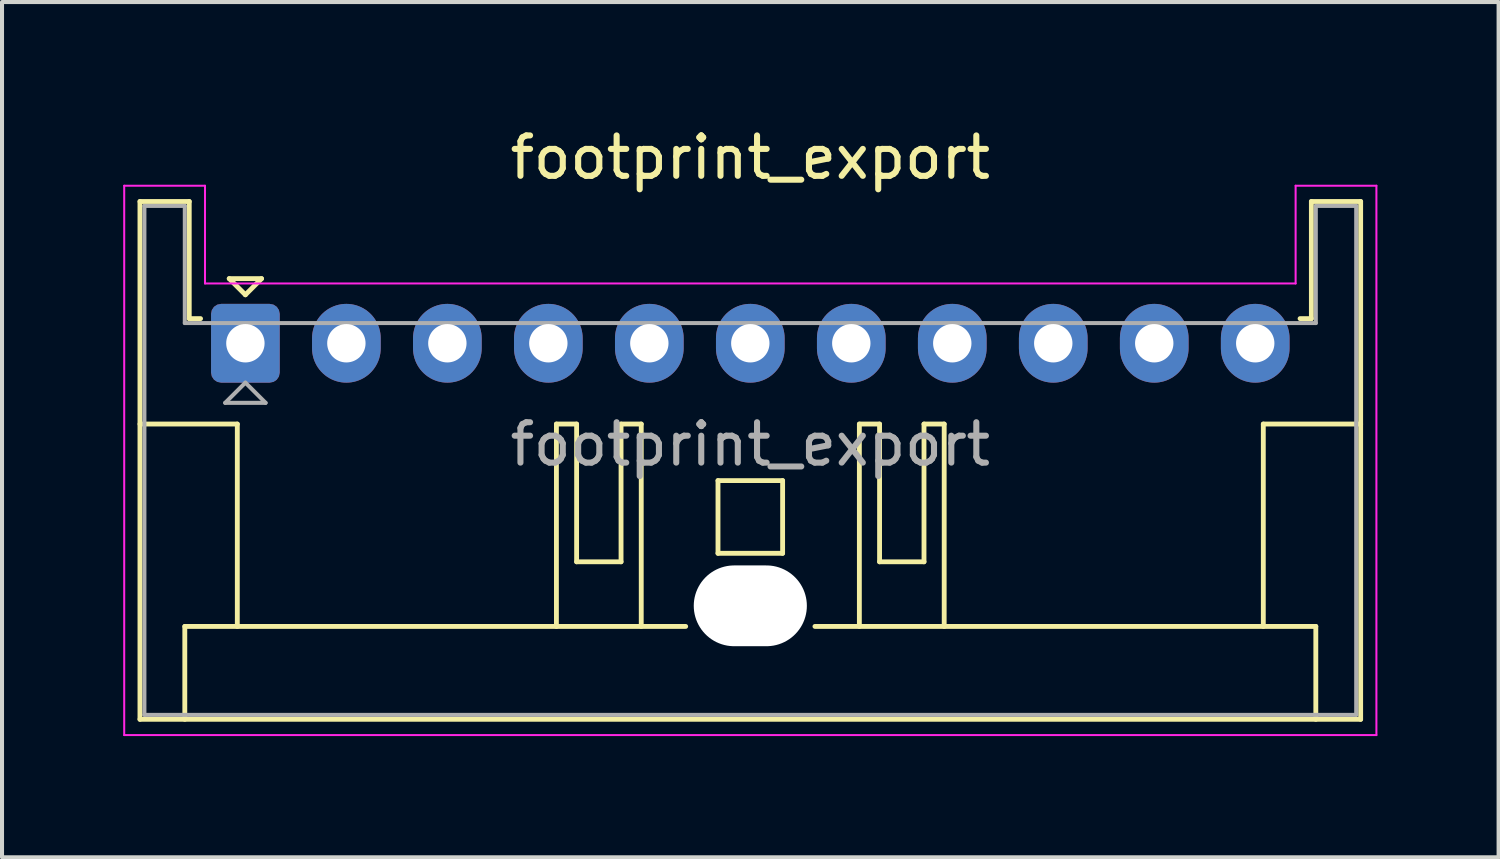
<source format=kicad_pcb>
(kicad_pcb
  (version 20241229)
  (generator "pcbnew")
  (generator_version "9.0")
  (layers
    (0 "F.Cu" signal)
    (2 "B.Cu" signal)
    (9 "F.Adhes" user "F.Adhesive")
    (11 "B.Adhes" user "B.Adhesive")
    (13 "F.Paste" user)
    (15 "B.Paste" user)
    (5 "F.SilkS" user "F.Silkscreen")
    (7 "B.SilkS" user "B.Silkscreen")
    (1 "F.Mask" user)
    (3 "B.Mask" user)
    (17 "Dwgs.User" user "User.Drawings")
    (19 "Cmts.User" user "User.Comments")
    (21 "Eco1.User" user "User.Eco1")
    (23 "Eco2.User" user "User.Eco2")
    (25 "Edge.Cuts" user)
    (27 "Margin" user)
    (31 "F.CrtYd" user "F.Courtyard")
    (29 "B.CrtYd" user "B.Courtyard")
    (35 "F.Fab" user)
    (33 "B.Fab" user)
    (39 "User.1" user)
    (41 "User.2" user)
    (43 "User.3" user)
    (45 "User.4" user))
  (footprint "footprint_export"
    (layer "F.Cu")
    (at 3.025 5.448)
    (property "Reference" "footprint_export" (at 12.5 -4.6 0) (layer "F.SilkS") (effects (font (size 1 1) (thickness 0.15))))
    (attr through_hole)
    (fp_line (start -2.61 -3.51) (end -2.61 9.31) (stroke (width 0.12) (type solid)) (layer "F.SilkS"))
    (fp_line (start -2.61 9.31) (end 27.61 9.31) (stroke (width 0.12) (type solid)) (layer "F.SilkS"))
    (fp_line (start -1.5 7.01) (end 10.9 7.01) (stroke (width 0.12) (type solid)) (layer "F.SilkS"))
    (fp_line (start -1.5 9.31) (end -1.5 7.01) (stroke (width 0.12) (type solid)) (layer "F.SilkS"))
    (fp_line (start -1.39 -3.51) (end -2.61 -3.51) (stroke (width 0.12) (type solid)) (layer "F.SilkS"))
    (fp_line (start -1.39 -0.61) (end -1.39 -3.51) (stroke (width 0.12) (type solid)) (layer "F.SilkS"))
    (fp_line (start -1.11 -0.61) (end -1.39 -0.61) (stroke (width 0.12) (type solid)) (layer "F.SilkS"))
    (fp_line (start -0.4 -1.6) (end 0.4 -1.6) (stroke (width 0.12) (type solid)) (layer "F.SilkS"))
    (fp_line (start -0.2 2) (end -2.61 2) (stroke (width 0.12) (type solid)) (layer "F.SilkS"))
    (fp_line (start -0.2 7.01) (end -0.2 2) (stroke (width 0.12) (type solid)) (layer "F.SilkS"))
    (fp_line (start 0 -1.2) (end -0.4 -1.6) (stroke (width 0.12) (type solid)) (layer "F.SilkS"))
    (fp_line (start 0.4 -1.6) (end 0 -1.2) (stroke (width 0.12) (type solid)) (layer "F.SilkS"))
    (fp_line (start 7.7 2) (end 7.7 7.01) (stroke (width 0.12) (type solid)) (layer "F.SilkS"))
    (fp_line (start 8.2 2) (end 7.7 2) (stroke (width 0.12) (type solid)) (layer "F.SilkS"))
    (fp_line (start 8.2 5.41) (end 8.2 2) (stroke (width 0.12) (type solid)) (layer "F.SilkS"))
    (fp_line (start 9.3 2) (end 9.3 5.41) (stroke (width 0.12) (type solid)) (layer "F.SilkS"))
    (fp_line (start 9.3 5.41) (end 8.2 5.41) (stroke (width 0.12) (type solid)) (layer "F.SilkS"))
    (fp_line (start 9.8 2) (end 9.3 2) (stroke (width 0.12) (type solid)) (layer "F.SilkS"))
    (fp_line (start 9.8 7.01) (end 9.8 2) (stroke (width 0.12) (type solid)) (layer "F.SilkS"))
    (fp_line (start 11.7 3.4) (end 13.3 3.4) (stroke (width 0.12) (type solid)) (layer "F.SilkS"))
    (fp_line (start 11.7 5.2) (end 11.7 3.4) (stroke (width 0.12) (type solid)) (layer "F.SilkS"))
    (fp_line (start 13.3 3.4) (end 13.3 5.2) (stroke (width 0.12) (type solid)) (layer "F.SilkS"))
    (fp_line (start 13.3 5.2) (end 11.7 5.2) (stroke (width 0.12) (type solid)) (layer "F.SilkS"))
    (fp_line (start 14.1 7.01) (end 26.5 7.01) (stroke (width 0.12) (type solid)) (layer "F.SilkS"))
    (fp_line (start 15.2 2) (end 15.7 2) (stroke (width 0.12) (type solid)) (layer "F.SilkS"))
    (fp_line (start 15.2 7.01) (end 15.2 2) (stroke (width 0.12) (type solid)) (layer "F.SilkS"))
    (fp_line (start 15.7 2) (end 15.7 5.41) (stroke (width 0.12) (type solid)) (layer "F.SilkS"))
    (fp_line (start 15.7 5.41) (end 16.8 5.41) (stroke (width 0.12) (type solid)) (layer "F.SilkS"))
    (fp_line (start 16.8 2) (end 17.3 2) (stroke (width 0.12) (type solid)) (layer "F.SilkS"))
    (fp_line (start 16.8 5.41) (end 16.8 2) (stroke (width 0.12) (type solid)) (layer "F.SilkS"))
    (fp_line (start 17.3 2) (end 17.3 7.01) (stroke (width 0.12) (type solid)) (layer "F.SilkS"))
    (fp_line (start 25.2 2) (end 27.61 2) (stroke (width 0.12) (type solid)) (layer "F.SilkS"))
    (fp_line (start 25.2 7.01) (end 25.2 2) (stroke (width 0.12) (type solid)) (layer "F.SilkS"))
    (fp_line (start 26.39 -3.51) (end 26.39 -0.61) (stroke (width 0.12) (type solid)) (layer "F.SilkS"))
    (fp_line (start 26.39 -0.61) (end 26.11 -0.61) (stroke (width 0.12) (type solid)) (layer "F.SilkS"))
    (fp_line (start 26.5 7.01) (end 26.5 9.31) (stroke (width 0.12) (type solid)) (layer "F.SilkS"))
    (fp_line (start 27.61 -3.51) (end 26.39 -3.51) (stroke (width 0.12) (type solid)) (layer "F.SilkS"))
    (fp_line (start 27.61 9.31) (end 27.61 -3.51) (stroke (width 0.12) (type solid)) (layer "F.SilkS"))
    (fp_line (start -3 -3.9) (end -3 9.7) (stroke (width 0.05) (type solid)) (layer "F.CrtYd"))
    (fp_line (start -3 9.7) (end 28 9.7) (stroke (width 0.05) (type solid)) (layer "F.CrtYd"))
    (fp_line (start -1 -3.9) (end -3 -3.9) (stroke (width 0.05) (type solid)) (layer "F.CrtYd"))
    (fp_line (start -1 -1.48) (end -1 -3.9) (stroke (width 0.05) (type solid)) (layer "F.CrtYd"))
    (fp_line (start 26 -3.9) (end 26 -1.48) (stroke (width 0.05) (type solid)) (layer "F.CrtYd"))
    (fp_line (start 26 -1.48) (end -1 -1.48) (stroke (width 0.05) (type solid)) (layer "F.CrtYd"))
    (fp_line (start 28 -3.9) (end 26 -3.9) (stroke (width 0.05) (type solid)) (layer "F.CrtYd"))
    (fp_line (start 28 9.7) (end 28 -3.9) (stroke (width 0.05) (type solid)) (layer "F.CrtYd"))
    (fp_line (start -2.5 -3.4) (end -2.5 9.2) (stroke (width 0.1) (type solid)) (layer "F.Fab"))
    (fp_line (start -2.5 9.2) (end 27.5 9.2) (stroke (width 0.1) (type solid)) (layer "F.Fab"))
    (fp_line (start -1.5 -3.4) (end -2.5 -3.4) (stroke (width 0.1) (type solid)) (layer "F.Fab"))
    (fp_line (start -1.5 -0.5) (end -1.5 -3.4) (stroke (width 0.1) (type solid)) (layer "F.Fab"))
    (fp_line (start -0.5 1.475) (end 0.5 1.475) (stroke (width 0.1) (type solid)) (layer "F.Fab"))
    (fp_line (start 0 0.975) (end -0.5 1.475) (stroke (width 0.1) (type solid)) (layer "F.Fab"))
    (fp_line (start 0.5 1.475) (end 0 0.975) (stroke (width 0.1) (type solid)) (layer "F.Fab"))
    (fp_line (start 26.5 -3.4) (end 26.5 -0.5) (stroke (width 0.1) (type solid)) (layer "F.Fab"))
    (fp_line (start 26.5 -0.5) (end -1.5 -0.5) (stroke (width 0.1) (type solid)) (layer "F.Fab"))
    (fp_line (start 27.5 -3.4) (end 26.5 -3.4) (stroke (width 0.1) (type solid)) (layer "F.Fab"))
    (fp_line (start 27.5 9.2) (end 27.5 -3.4) (stroke (width 0.1) (type solid)) (layer "F.Fab"))
    (fp_text user "${REFERENCE}" (at 12.5 2.5 0) (layer "F.Fab") (effects (font (size 1 1) (thickness 0.15))))
    (pad "" np_thru_hole oval (at 12.5 6.5) (size 2.8 2) (drill oval 2.8 2) (layers "*.Cu" "*.Mask"))
    (pad "1" thru_hole roundrect (at 0 0) (size 1.7 1.95) (drill 0.95) (layers "*.Cu" "*.Mask") (roundrect_rratio 0.147))
    (pad "2" thru_hole oval (at 2.5 0) (size 1.7 1.95) (drill 0.95) (layers "*.Cu" "*.Mask"))
    (pad "3" thru_hole oval (at 5 0) (size 1.7 1.95) (drill 0.95) (layers "*.Cu" "*.Mask"))
    (pad "4" thru_hole oval (at 7.5 0) (size 1.7 1.95) (drill 0.95) (layers "*.Cu" "*.Mask"))
    (pad "5" thru_hole oval (at 10 0) (size 1.7 1.95) (drill 0.95) (layers "*.Cu" "*.Mask"))
    (pad "6" thru_hole oval (at 12.5 0) (size 1.7 1.95) (drill 0.95) (layers "*.Cu" "*.Mask"))
    (pad "7" thru_hole oval (at 15 0) (size 1.7 1.95) (drill 0.95) (layers "*.Cu" "*.Mask"))
    (pad "8" thru_hole oval (at 17.5 0) (size 1.7 1.95) (drill 0.95) (layers "*.Cu" "*.Mask"))
    (pad "9" thru_hole oval (at 20 0) (size 1.7 1.95) (drill 0.95) (layers "*.Cu" "*.Mask"))
    (pad "10" thru_hole oval (at 22.5 0) (size 1.7 1.95) (drill 0.95) (layers "*.Cu" "*.Mask"))
    (pad "11" thru_hole oval (at 25 0) (size 1.7 1.95) (drill 0.95) (layers "*.Cu" "*.Mask")))
  (gr_rect
    (start -3 -3)
    (end 34.05 18.173)
    (stroke (width 0.1) (type default))
    (fill no)
    (layer "Edge.Cuts")))
</source>
